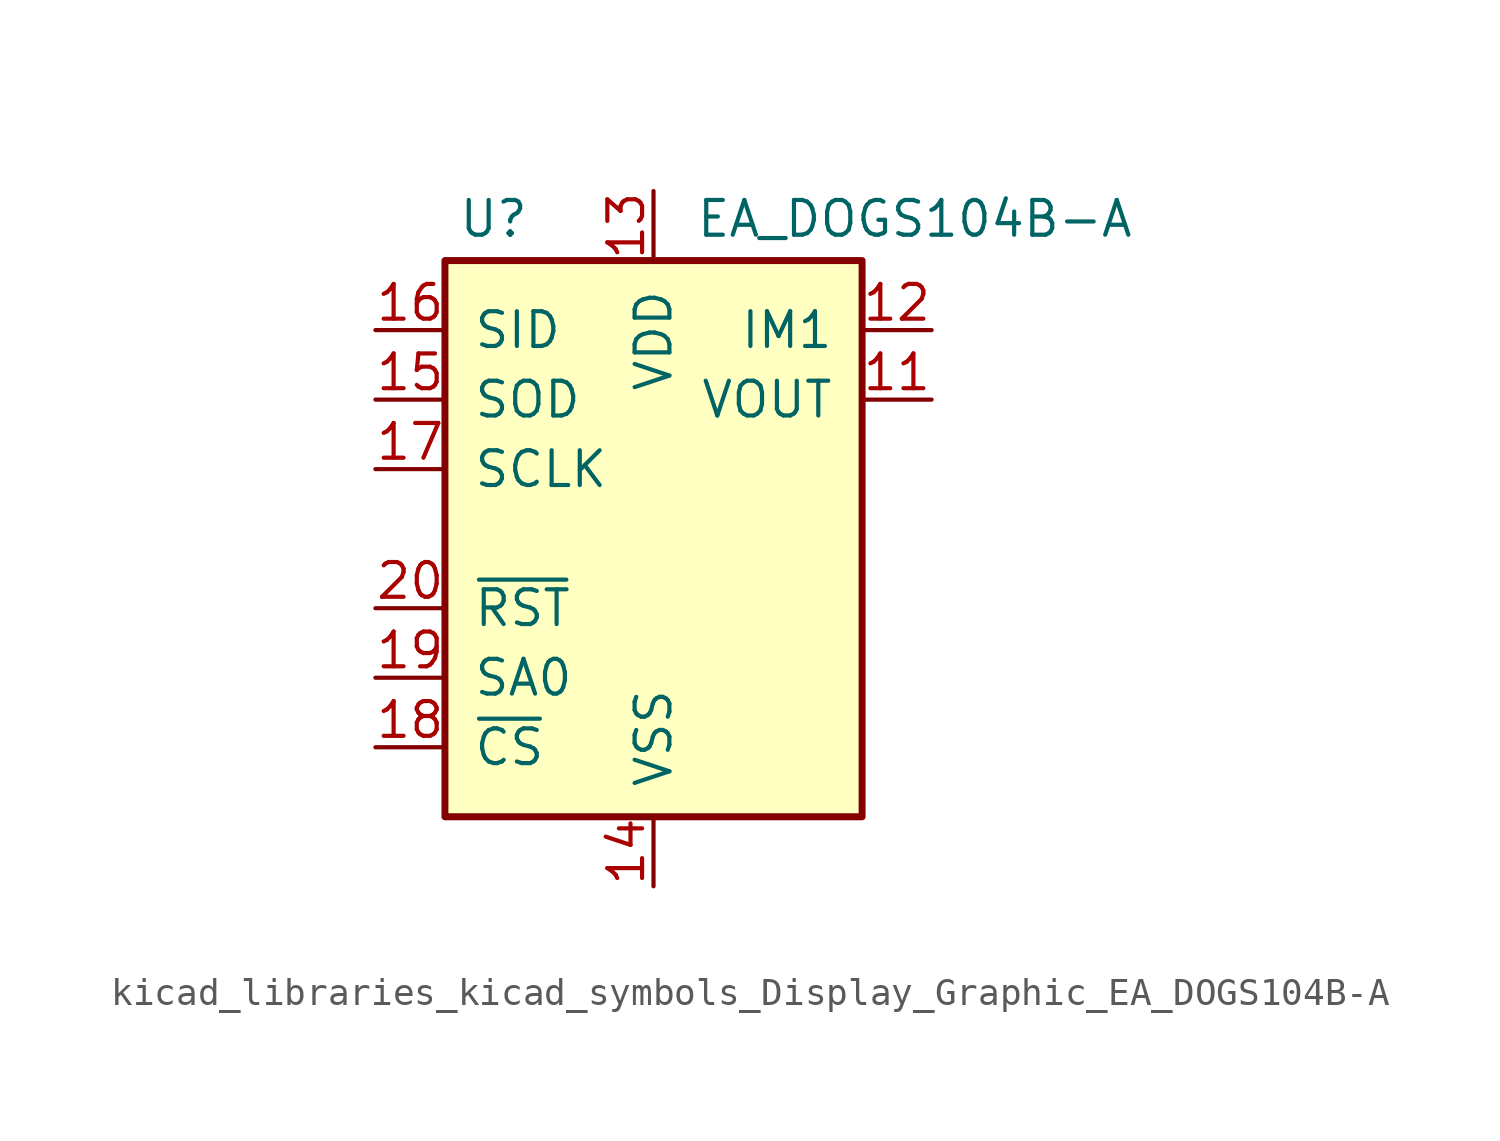
<source format=kicad_sym>
(kicad_symbol_lib
  (version 20220914)
  (generator kicad_symbol_editor)
  (symbol "kicad_libraries_kicad_symbols_Display_Graphic_EA_DOGS104B-A"
    (pin_names
      (offset 1.016))
    (property "Reference" "U"
      (at -5.842 11.684 0)
      (effects (font (size 1.27 1.27))))
    (property "Value" "EA_DOGS104B-A"
      (at 1.524 11.684 0)
      (effects (font (size 1.27 1.27)) (justify left)))
    (symbol "kicad_libraries_kicad_symbols_Display_Graphic_EA_DOGS104B-A_0_1"
      (rectangle (start -7.62 10.16) (end 7.62 -10.16) (stroke (width 0.254) (type default)) (fill (type background))))
    (symbol "kicad_libraries_kicad_symbols_Display_Graphic_EA_DOGS104B-A_1_1"
      (pin no_connect line (at 7.62 0 180) (length 2.54) hide (name "NC" (effects (font (size 1.27 1.27)))) (number "1" (effects (font (size 1.27 1.27)))))
      (pin no_connect line (at 7.62 -7.62 180) (length 2.54) hide (name "NC" (effects (font (size 1.27 1.27)))) (number "10" (effects (font (size 1.27 1.27)))))
      (pin output line (at 10.16 5.08 180) (length 2.54) (name "VOUT" (effects (font (size 1.27 1.27)))) (number "11" (effects (font (size 1.27 1.27)))))
      (pin input line (at 10.16 7.62 180) (length 2.54) (name "IM1" (effects (font (size 1.27 1.27)))) (number "12" (effects (font (size 1.27 1.27)))))
      (pin power_in line (at 0 12.7 270) (length 2.54) (name "VDD" (effects (font (size 1.27 1.27)))) (number "13" (effects (font (size 1.27 1.27)))))
      (pin power_in line (at 0 -12.7 90) (length 2.54) (name "VSS" (effects (font (size 1.27 1.27)))) (number "14" (effects (font (size 1.27 1.27)))))
      (pin output line (at -10.16 5.08 0) (length 2.54) (name "SOD" (effects (font (size 1.27 1.27)))) (number "15" (effects (font (size 1.27 1.27)))))
      (pin input line (at -10.16 7.62 0) (length 2.54) (name "SID" (effects (font (size 1.27 1.27)))) (number "16" (effects (font (size 1.27 1.27)))))
      (pin input line (at -10.16 2.54 0) (length 2.54) (name "SCLK" (effects (font (size 1.27 1.27)))) (number "17" (effects (font (size 1.27 1.27)))))
      (pin input line (at -10.16 -7.62 0) (length 2.54) (name "~{CS}" (effects (font (size 1.27 1.27)))) (number "18" (effects (font (size 1.27 1.27)))))
      (pin input line (at -10.16 -5.08 0) (length 2.54) (name "SA0" (effects (font (size 1.27 1.27)))) (number "19" (effects (font (size 1.27 1.27)))))
      (pin no_connect line (at 7.62 -2.54 180) (length 2.54) hide (name "NC" (effects (font (size 1.27 1.27)))) (number "2" (effects (font (size 1.27 1.27)))))
      (pin input line (at -10.16 -2.54 0) (length 2.54) (name "~{RST}" (effects (font (size 1.27 1.27)))) (number "20" (effects (font (size 1.27 1.27)))))
      (pin no_connect line (at 7.62 -5.08 180) (length 2.54) hide (name "NC" (effects (font (size 1.27 1.27)))) (number "9" (effects (font (size 1.27 1.27))))))))
</source>
